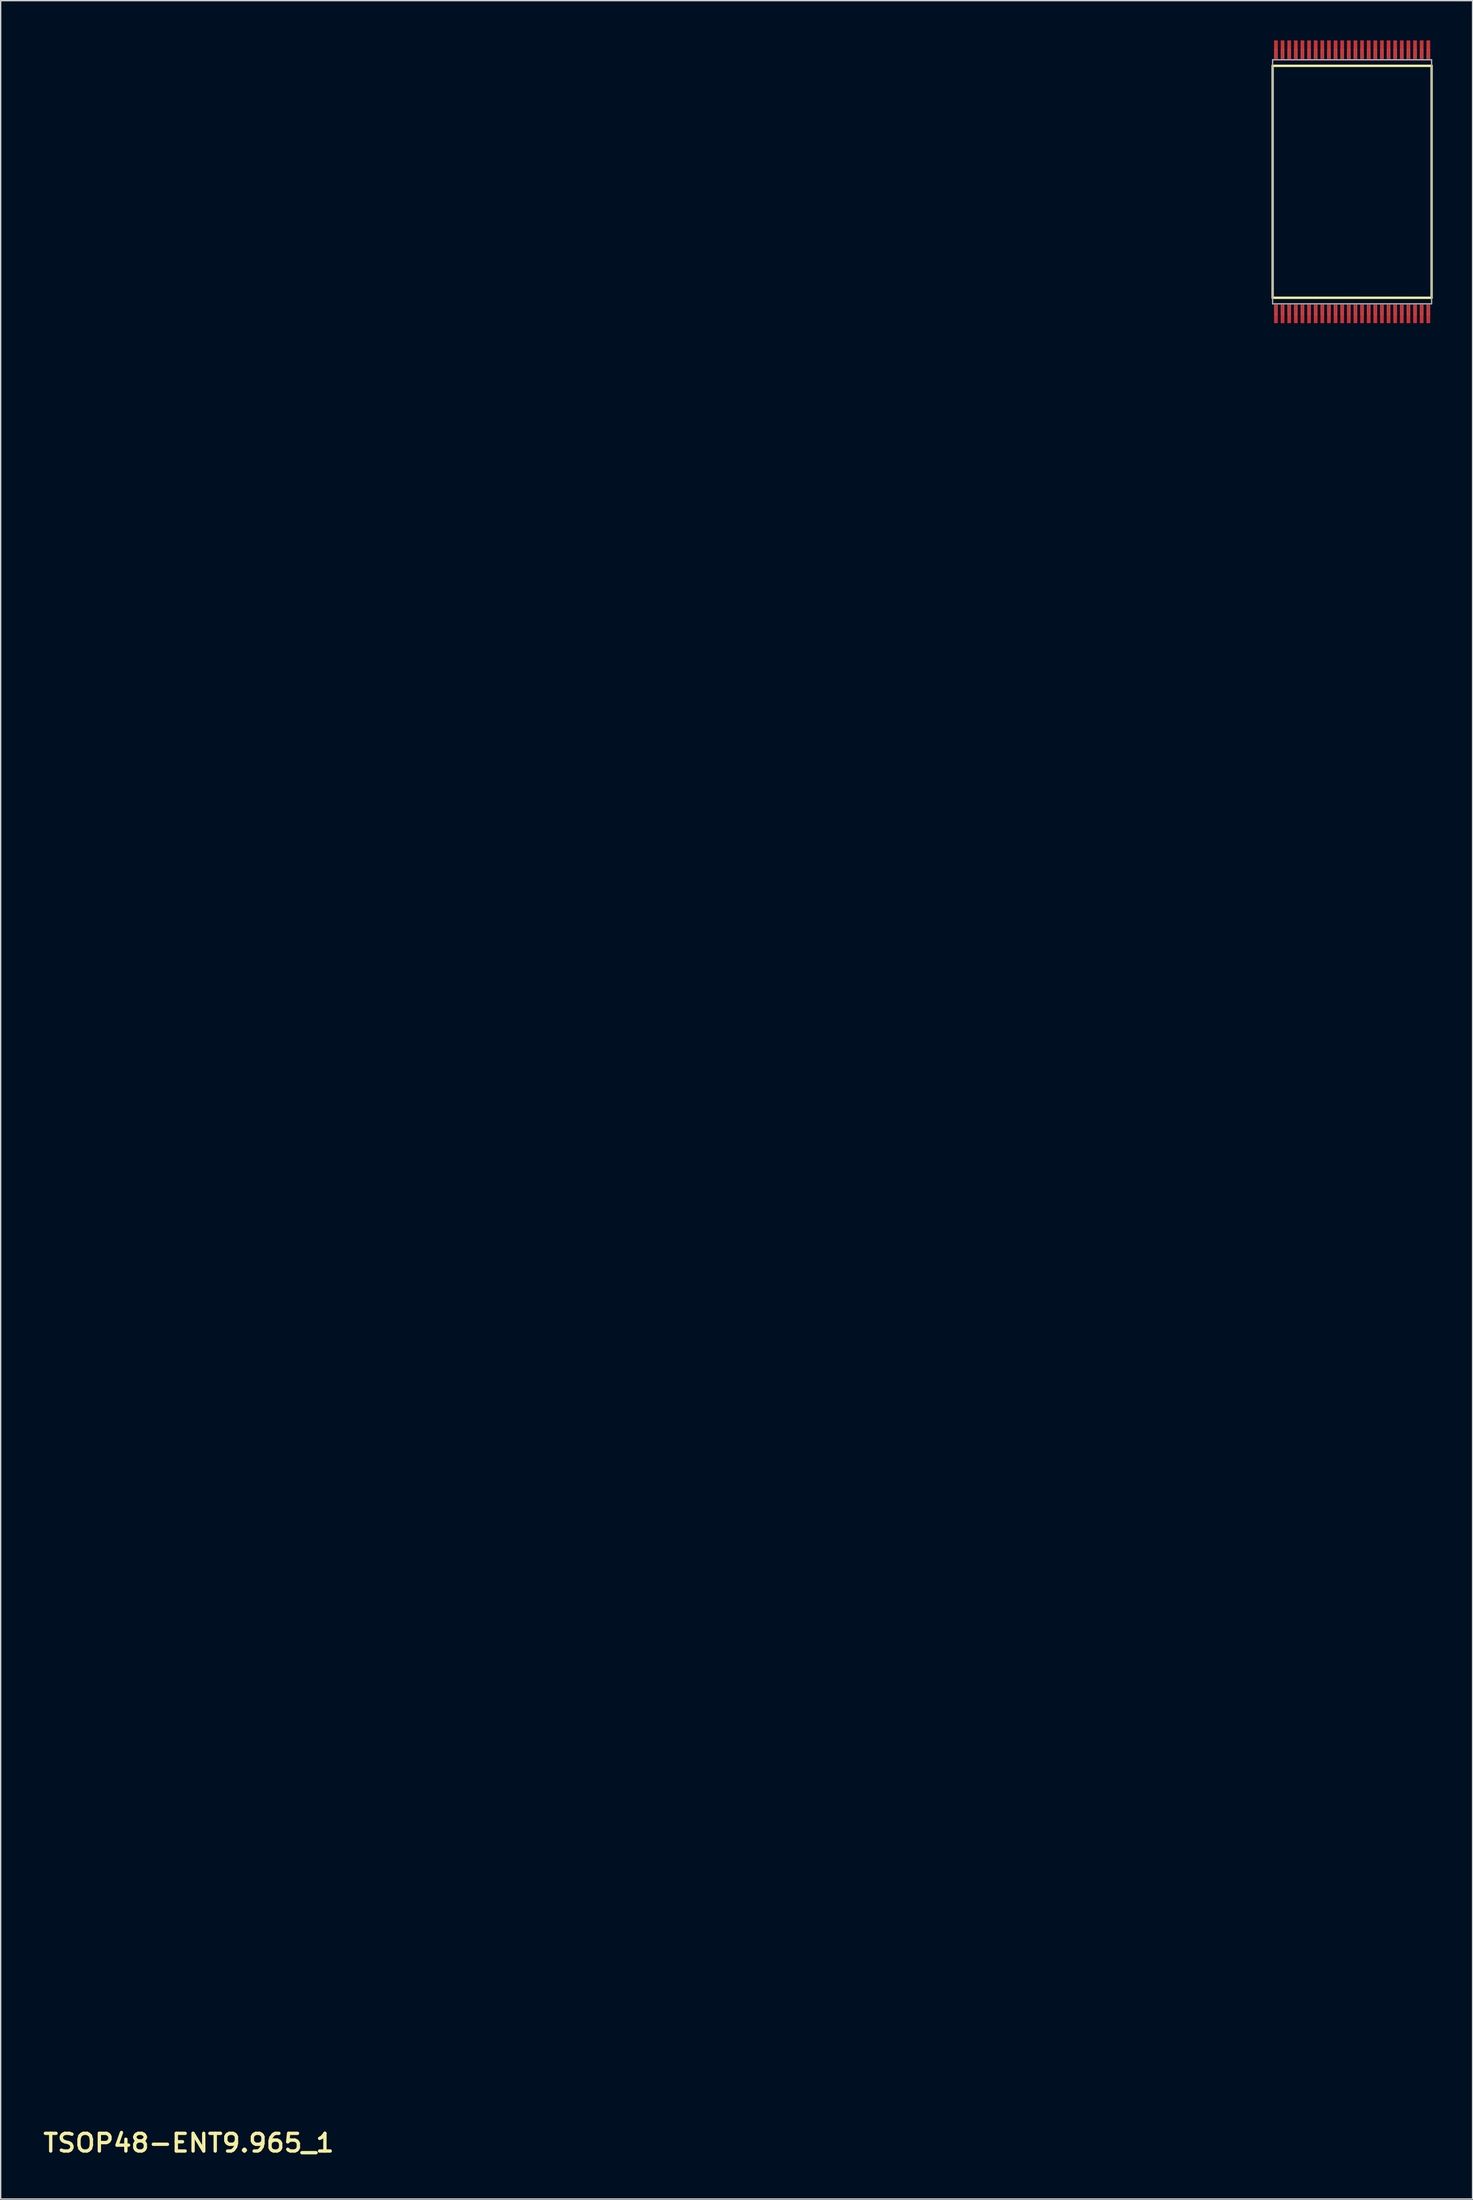
<source format=kicad_pcb>
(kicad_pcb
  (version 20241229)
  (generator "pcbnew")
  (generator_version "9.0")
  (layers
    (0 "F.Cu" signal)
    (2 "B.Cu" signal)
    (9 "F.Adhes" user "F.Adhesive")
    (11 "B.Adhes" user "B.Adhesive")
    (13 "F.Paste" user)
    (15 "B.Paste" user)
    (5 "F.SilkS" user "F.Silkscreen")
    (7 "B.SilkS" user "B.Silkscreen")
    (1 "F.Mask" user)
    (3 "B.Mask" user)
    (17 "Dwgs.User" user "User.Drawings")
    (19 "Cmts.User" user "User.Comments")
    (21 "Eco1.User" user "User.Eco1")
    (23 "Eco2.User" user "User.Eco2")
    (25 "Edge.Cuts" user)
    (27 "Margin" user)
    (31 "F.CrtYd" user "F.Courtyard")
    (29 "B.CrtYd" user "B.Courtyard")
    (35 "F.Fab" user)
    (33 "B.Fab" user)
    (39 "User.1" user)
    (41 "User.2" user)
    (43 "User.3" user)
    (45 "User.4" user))
  (footprint "TSOP48-ENT9.965_1"
    (layer "F.Cu")
    (at 99.002 10.665)
    (property "Reference" "TSOP48-ENT9.965_1" (at -87.811 147.957 0) (unlocked yes) (layer "F.SilkS") (effects (font (size 1.333 1.402) (thickness 0.254))))
    (attr smd)
    (fp_line (start -6 -8.75) (end 6 -8.75) (stroke (width 0.18) (type solid)) (layer "F.SilkS"))
    (fp_line (start -6 8.75) (end -6 -8.75) (stroke (width 0.18) (type solid)) (layer "F.SilkS"))
    (fp_line (start -6 8.75) (end 6 8.75) (stroke (width 0.18) (type solid)) (layer "F.SilkS"))
    (fp_line (start 6 8.75) (end 6 -8.75) (stroke (width 0.18) (type solid)) (layer "F.SilkS"))
    (fp_line (start -6 -9.207) (end 6 -9.207) (stroke (width 0.1) (type solid)) (layer "F.Fab"))
    (fp_line (start -6 9.207) (end -6 -9.207) (stroke (width 0.1) (type solid)) (layer "F.Fab"))
    (fp_line (start -6 9.207) (end 6 9.207) (stroke (width 0.1) (type solid)) (layer "F.Fab"))
    (fp_line (start -5.85 -10) (end -5.65 -10) (stroke (width 0.01) (type solid)) (layer "F.Fab"))
    (fp_line (start -5.85 -9.25) (end -5.85 -10) (stroke (width 0.01) (type solid)) (layer "F.Fab"))
    (fp_line (start -5.85 10) (end -5.85 9.25) (stroke (width 0.01) (type solid)) (layer "F.Fab"))
    (fp_line (start -5.85 10) (end -5.65 10) (stroke (width 0.01) (type solid)) (layer "F.Fab"))
    (fp_line (start -5.65 -9.25) (end -5.65 -10) (stroke (width 0.01) (type solid)) (layer "F.Fab"))
    (fp_line (start -5.65 10) (end -5.65 9.25) (stroke (width 0.01) (type solid)) (layer "F.Fab"))
    (fp_line (start -5.35 -10) (end -5.15 -10) (stroke (width 0.01) (type solid)) (layer "F.Fab"))
    (fp_line (start -5.35 -9.25) (end -5.35 -10) (stroke (width 0.01) (type solid)) (layer "F.Fab"))
    (fp_line (start -5.35 10) (end -5.35 9.25) (stroke (width 0.01) (type solid)) (layer "F.Fab"))
    (fp_line (start -5.35 10) (end -5.15 10) (stroke (width 0.01) (type solid)) (layer "F.Fab"))
    (fp_line (start -5.15 -9.25) (end -5.15 -10) (stroke (width 0.01) (type solid)) (layer "F.Fab"))
    (fp_line (start -5.15 10) (end -5.15 9.25) (stroke (width 0.01) (type solid)) (layer "F.Fab"))
    (fp_line (start -4.85 -10) (end -4.65 -10) (stroke (width 0.01) (type solid)) (layer "F.Fab"))
    (fp_line (start -4.85 -9.25) (end -4.85 -10) (stroke (width 0.01) (type solid)) (layer "F.Fab"))
    (fp_line (start -4.85 10) (end -4.85 9.25) (stroke (width 0.01) (type solid)) (layer "F.Fab"))
    (fp_line (start -4.85 10) (end -4.65 10) (stroke (width 0.01) (type solid)) (layer "F.Fab"))
    (fp_line (start -4.65 -9.25) (end -4.65 -10) (stroke (width 0.01) (type solid)) (layer "F.Fab"))
    (fp_line (start -4.65 10) (end -4.65 9.25) (stroke (width 0.01) (type solid)) (layer "F.Fab"))
    (fp_line (start -4.35 -10) (end -4.15 -10) (stroke (width 0.01) (type solid)) (layer "F.Fab"))
    (fp_line (start -4.35 -9.25) (end -4.35 -10) (stroke (width 0.01) (type solid)) (layer "F.Fab"))
    (fp_line (start -4.35 10) (end -4.35 9.25) (stroke (width 0.01) (type solid)) (layer "F.Fab"))
    (fp_line (start -4.35 10) (end -4.15 10) (stroke (width 0.01) (type solid)) (layer "F.Fab"))
    (fp_line (start -4.15 -9.25) (end -4.15 -10) (stroke (width 0.01) (type solid)) (layer "F.Fab"))
    (fp_line (start -4.15 10) (end -4.15 9.25) (stroke (width 0.01) (type solid)) (layer "F.Fab"))
    (fp_line (start -3.85 -10) (end -3.65 -10) (stroke (width 0.01) (type solid)) (layer "F.Fab"))
    (fp_line (start -3.85 -9.25) (end -3.85 -10) (stroke (width 0.01) (type solid)) (layer "F.Fab"))
    (fp_line (start -3.85 10) (end -3.85 9.25) (stroke (width 0.01) (type solid)) (layer "F.Fab"))
    (fp_line (start -3.85 10) (end -3.65 10) (stroke (width 0.01) (type solid)) (layer "F.Fab"))
    (fp_line (start -3.65 -9.25) (end -3.65 -10) (stroke (width 0.01) (type solid)) (layer "F.Fab"))
    (fp_line (start -3.65 10) (end -3.65 9.25) (stroke (width 0.01) (type solid)) (layer "F.Fab"))
    (fp_line (start -3.35 -10) (end -3.15 -10) (stroke (width 0.01) (type solid)) (layer "F.Fab"))
    (fp_line (start -3.35 -9.25) (end -3.35 -10) (stroke (width 0.01) (type solid)) (layer "F.Fab"))
    (fp_line (start -3.35 10) (end -3.35 9.25) (stroke (width 0.01) (type solid)) (layer "F.Fab"))
    (fp_line (start -3.35 10) (end -3.15 10) (stroke (width 0.01) (type solid)) (layer "F.Fab"))
    (fp_line (start -3.15 -9.25) (end -3.15 -10) (stroke (width 0.01) (type solid)) (layer "F.Fab"))
    (fp_line (start -3.15 10) (end -3.15 9.25) (stroke (width 0.01) (type solid)) (layer "F.Fab"))
    (fp_line (start -2.85 -10) (end -2.65 -10) (stroke (width 0.01) (type solid)) (layer "F.Fab"))
    (fp_line (start -2.85 -9.25) (end -2.85 -10) (stroke (width 0.01) (type solid)) (layer "F.Fab"))
    (fp_line (start -2.85 10) (end -2.85 9.25) (stroke (width 0.01) (type solid)) (layer "F.Fab"))
    (fp_line (start -2.85 10) (end -2.65 10) (stroke (width 0.01) (type solid)) (layer "F.Fab"))
    (fp_line (start -2.65 -9.25) (end -2.65 -10) (stroke (width 0.01) (type solid)) (layer "F.Fab"))
    (fp_line (start -2.65 10) (end -2.65 9.25) (stroke (width 0.01) (type solid)) (layer "F.Fab"))
    (fp_line (start -2.35 -10) (end -2.15 -10) (stroke (width 0.01) (type solid)) (layer "F.Fab"))
    (fp_line (start -2.35 -9.25) (end -2.35 -10) (stroke (width 0.01) (type solid)) (layer "F.Fab"))
    (fp_line (start -2.35 10) (end -2.35 9.25) (stroke (width 0.01) (type solid)) (layer "F.Fab"))
    (fp_line (start -2.35 10) (end -2.15 10) (stroke (width 0.01) (type solid)) (layer "F.Fab"))
    (fp_line (start -2.15 -9.25) (end -2.15 -10) (stroke (width 0.01) (type solid)) (layer "F.Fab"))
    (fp_line (start -2.15 10) (end -2.15 9.25) (stroke (width 0.01) (type solid)) (layer "F.Fab"))
    (fp_line (start -1.85 -10) (end -1.65 -10) (stroke (width 0.01) (type solid)) (layer "F.Fab"))
    (fp_line (start -1.85 -9.25) (end -1.85 -10) (stroke (width 0.01) (type solid)) (layer "F.Fab"))
    (fp_line (start -1.85 10) (end -1.85 9.25) (stroke (width 0.01) (type solid)) (layer "F.Fab"))
    (fp_line (start -1.85 10) (end -1.65 10) (stroke (width 0.01) (type solid)) (layer "F.Fab"))
    (fp_line (start -1.65 -9.25) (end -1.65 -10) (stroke (width 0.01) (type solid)) (layer "F.Fab"))
    (fp_line (start -1.65 10) (end -1.65 9.25) (stroke (width 0.01) (type solid)) (layer "F.Fab"))
    (fp_line (start -1.35 -10) (end -1.15 -10) (stroke (width 0.01) (type solid)) (layer "F.Fab"))
    (fp_line (start -1.35 -9.25) (end -1.35 -10) (stroke (width 0.01) (type solid)) (layer "F.Fab"))
    (fp_line (start -1.35 10) (end -1.35 9.25) (stroke (width 0.01) (type solid)) (layer "F.Fab"))
    (fp_line (start -1.35 10) (end -1.15 10) (stroke (width 0.01) (type solid)) (layer "F.Fab"))
    (fp_line (start -1.15 -9.25) (end -1.15 -10) (stroke (width 0.01) (type solid)) (layer "F.Fab"))
    (fp_line (start -1.15 10) (end -1.15 9.25) (stroke (width 0.01) (type solid)) (layer "F.Fab"))
    (fp_line (start -0.85 -10) (end -0.65 -10) (stroke (width 0.01) (type solid)) (layer "F.Fab"))
    (fp_line (start -0.85 -9.25) (end -0.85 -10) (stroke (width 0.01) (type solid)) (layer "F.Fab"))
    (fp_line (start -0.85 10) (end -0.85 9.25) (stroke (width 0.01) (type solid)) (layer "F.Fab"))
    (fp_line (start -0.85 10) (end -0.65 10) (stroke (width 0.01) (type solid)) (layer "F.Fab"))
    (fp_line (start -0.65 -9.25) (end -0.65 -10) (stroke (width 0.01) (type solid)) (layer "F.Fab"))
    (fp_line (start -0.65 10) (end -0.65 9.25) (stroke (width 0.01) (type solid)) (layer "F.Fab"))
    (fp_line (start -0.35 -10) (end -0.15 -10) (stroke (width 0.01) (type solid)) (layer "F.Fab"))
    (fp_line (start -0.35 -9.25) (end -0.35 -10) (stroke (width 0.01) (type solid)) (layer "F.Fab"))
    (fp_line (start -0.35 10) (end -0.35 9.25) (stroke (width 0.01) (type solid)) (layer "F.Fab"))
    (fp_line (start -0.35 10) (end -0.15 10) (stroke (width 0.01) (type solid)) (layer "F.Fab"))
    (fp_line (start -0.15 -9.25) (end -0.15 -10) (stroke (width 0.01) (type solid)) (layer "F.Fab"))
    (fp_line (start -0.15 10) (end -0.15 9.25) (stroke (width 0.01) (type solid)) (layer "F.Fab"))
    (fp_line (start 0.15 -10) (end 0.35 -10) (stroke (width 0.01) (type solid)) (layer "F.Fab"))
    (fp_line (start 0.15 -9.25) (end 0.15 -10) (stroke (width 0.01) (type solid)) (layer "F.Fab"))
    (fp_line (start 0.15 10) (end 0.15 9.25) (stroke (width 0.01) (type solid)) (layer "F.Fab"))
    (fp_line (start 0.15 10) (end 0.35 10) (stroke (width 0.01) (type solid)) (layer "F.Fab"))
    (fp_line (start 0.35 -9.25) (end 0.35 -10) (stroke (width 0.01) (type solid)) (layer "F.Fab"))
    (fp_line (start 0.35 10) (end 0.35 9.25) (stroke (width 0.01) (type solid)) (layer "F.Fab"))
    (fp_line (start 0.65 -10) (end 0.85 -10) (stroke (width 0.01) (type solid)) (layer "F.Fab"))
    (fp_line (start 0.65 -9.25) (end 0.65 -10) (stroke (width 0.01) (type solid)) (layer "F.Fab"))
    (fp_line (start 0.65 10) (end 0.65 9.25) (stroke (width 0.01) (type solid)) (layer "F.Fab"))
    (fp_line (start 0.65 10) (end 0.85 10) (stroke (width 0.01) (type solid)) (layer "F.Fab"))
    (fp_line (start 0.85 -9.25) (end 0.85 -10) (stroke (width 0.01) (type solid)) (layer "F.Fab"))
    (fp_line (start 0.85 10) (end 0.85 9.25) (stroke (width 0.01) (type solid)) (layer "F.Fab"))
    (fp_line (start 1.15 -10) (end 1.35 -10) (stroke (width 0.01) (type solid)) (layer "F.Fab"))
    (fp_line (start 1.15 -9.25) (end 1.15 -10) (stroke (width 0.01) (type solid)) (layer "F.Fab"))
    (fp_line (start 1.15 10) (end 1.15 9.25) (stroke (width 0.01) (type solid)) (layer "F.Fab"))
    (fp_line (start 1.15 10) (end 1.35 10) (stroke (width 0.01) (type solid)) (layer "F.Fab"))
    (fp_line (start 1.35 -9.25) (end 1.35 -10) (stroke (width 0.01) (type solid)) (layer "F.Fab"))
    (fp_line (start 1.35 10) (end 1.35 9.25) (stroke (width 0.01) (type solid)) (layer "F.Fab"))
    (fp_line (start 1.65 -10) (end 1.85 -10) (stroke (width 0.01) (type solid)) (layer "F.Fab"))
    (fp_line (start 1.65 -9.25) (end 1.65 -10) (stroke (width 0.01) (type solid)) (layer "F.Fab"))
    (fp_line (start 1.65 10) (end 1.65 9.25) (stroke (width 0.01) (type solid)) (layer "F.Fab"))
    (fp_line (start 1.65 10) (end 1.85 10) (stroke (width 0.01) (type solid)) (layer "F.Fab"))
    (fp_line (start 1.85 -9.25) (end 1.85 -10) (stroke (width 0.01) (type solid)) (layer "F.Fab"))
    (fp_line (start 1.85 10) (end 1.85 9.25) (stroke (width 0.01) (type solid)) (layer "F.Fab"))
    (fp_line (start 2.15 -10) (end 2.35 -10) (stroke (width 0.01) (type solid)) (layer "F.Fab"))
    (fp_line (start 2.15 -9.25) (end 2.15 -10) (stroke (width 0.01) (type solid)) (layer "F.Fab"))
    (fp_line (start 2.15 10) (end 2.15 9.25) (stroke (width 0.01) (type solid)) (layer "F.Fab"))
    (fp_line (start 2.15 10) (end 2.35 10) (stroke (width 0.01) (type solid)) (layer "F.Fab"))
    (fp_line (start 2.35 -9.25) (end 2.35 -10) (stroke (width 0.01) (type solid)) (layer "F.Fab"))
    (fp_line (start 2.35 10) (end 2.35 9.25) (stroke (width 0.01) (type solid)) (layer "F.Fab"))
    (fp_line (start 2.65 -10) (end 2.85 -10) (stroke (width 0.01) (type solid)) (layer "F.Fab"))
    (fp_line (start 2.65 -9.25) (end 2.65 -10) (stroke (width 0.01) (type solid)) (layer "F.Fab"))
    (fp_line (start 2.65 10) (end 2.65 9.25) (stroke (width 0.01) (type solid)) (layer "F.Fab"))
    (fp_line (start 2.65 10) (end 2.85 10) (stroke (width 0.01) (type solid)) (layer "F.Fab"))
    (fp_line (start 2.85 -9.25) (end 2.85 -10) (stroke (width 0.01) (type solid)) (layer "F.Fab"))
    (fp_line (start 2.85 10) (end 2.85 9.25) (stroke (width 0.01) (type solid)) (layer "F.Fab"))
    (fp_line (start 3.15 -10) (end 3.35 -10) (stroke (width 0.01) (type solid)) (layer "F.Fab"))
    (fp_line (start 3.15 -9.25) (end 3.15 -10) (stroke (width 0.01) (type solid)) (layer "F.Fab"))
    (fp_line (start 3.15 10) (end 3.15 9.25) (stroke (width 0.01) (type solid)) (layer "F.Fab"))
    (fp_line (start 3.15 10) (end 3.35 10) (stroke (width 0.01) (type solid)) (layer "F.Fab"))
    (fp_line (start 3.35 -9.25) (end 3.35 -10) (stroke (width 0.01) (type solid)) (layer "F.Fab"))
    (fp_line (start 3.35 10) (end 3.35 9.25) (stroke (width 0.01) (type solid)) (layer "F.Fab"))
    (fp_line (start 3.65 -10) (end 3.85 -10) (stroke (width 0.01) (type solid)) (layer "F.Fab"))
    (fp_line (start 3.65 -9.25) (end 3.65 -10) (stroke (width 0.01) (type solid)) (layer "F.Fab"))
    (fp_line (start 3.65 10) (end 3.65 9.25) (stroke (width 0.01) (type solid)) (layer "F.Fab"))
    (fp_line (start 3.65 10) (end 3.85 10) (stroke (width 0.01) (type solid)) (layer "F.Fab"))
    (fp_line (start 3.85 -9.25) (end 3.85 -10) (stroke (width 0.01) (type solid)) (layer "F.Fab"))
    (fp_line (start 3.85 10) (end 3.85 9.25) (stroke (width 0.01) (type solid)) (layer "F.Fab"))
    (fp_line (start 4.15 -10) (end 4.35 -10) (stroke (width 0.01) (type solid)) (layer "F.Fab"))
    (fp_line (start 4.15 -9.25) (end 4.15 -10) (stroke (width 0.01) (type solid)) (layer "F.Fab"))
    (fp_line (start 4.15 10) (end 4.15 9.25) (stroke (width 0.01) (type solid)) (layer "F.Fab"))
    (fp_line (start 4.15 10) (end 4.35 10) (stroke (width 0.01) (type solid)) (layer "F.Fab"))
    (fp_line (start 4.35 -9.25) (end 4.35 -10) (stroke (width 0.01) (type solid)) (layer "F.Fab"))
    (fp_line (start 4.35 10) (end 4.35 9.25) (stroke (width 0.01) (type solid)) (layer "F.Fab"))
    (fp_line (start 4.65 -10) (end 4.85 -10) (stroke (width 0.01) (type solid)) (layer "F.Fab"))
    (fp_line (start 4.65 -9.25) (end 4.65 -10) (stroke (width 0.01) (type solid)) (layer "F.Fab"))
    (fp_line (start 4.65 10) (end 4.65 9.25) (stroke (width 0.01) (type solid)) (layer "F.Fab"))
    (fp_line (start 4.65 10) (end 4.85 10) (stroke (width 0.01) (type solid)) (layer "F.Fab"))
    (fp_line (start 4.85 -9.25) (end 4.85 -10) (stroke (width 0.01) (type solid)) (layer "F.Fab"))
    (fp_line (start 4.85 10) (end 4.85 9.25) (stroke (width 0.01) (type solid)) (layer "F.Fab"))
    (fp_line (start 5.15 -10) (end 5.35 -10) (stroke (width 0.01) (type solid)) (layer "F.Fab"))
    (fp_line (start 5.15 -9.25) (end 5.15 -10) (stroke (width 0.01) (type solid)) (layer "F.Fab"))
    (fp_line (start 5.15 10) (end 5.15 9.25) (stroke (width 0.01) (type solid)) (layer "F.Fab"))
    (fp_line (start 5.15 10) (end 5.35 10) (stroke (width 0.01) (type solid)) (layer "F.Fab"))
    (fp_line (start 5.35 -9.25) (end 5.35 -10) (stroke (width 0.01) (type solid)) (layer "F.Fab"))
    (fp_line (start 5.35 10) (end 5.35 9.25) (stroke (width 0.01) (type solid)) (layer "F.Fab"))
    (fp_line (start 5.65 -10) (end 5.85 -10) (stroke (width 0.01) (type solid)) (layer "F.Fab"))
    (fp_line (start 5.65 -9.25) (end 5.65 -10) (stroke (width 0.01) (type solid)) (layer "F.Fab"))
    (fp_line (start 5.65 10) (end 5.65 9.25) (stroke (width 0.01) (type solid)) (layer "F.Fab"))
    (fp_line (start 5.65 10) (end 5.85 10) (stroke (width 0.01) (type solid)) (layer "F.Fab"))
    (fp_line (start 5.85 -9.25) (end 5.85 -10) (stroke (width 0.01) (type solid)) (layer "F.Fab"))
    (fp_line (start 5.85 10) (end 5.85 9.25) (stroke (width 0.01) (type solid)) (layer "F.Fab"))
    (fp_line (start 6 9.207) (end 6 -9.207) (stroke (width 0.1) (type solid)) (layer "F.Fab"))
    (fp_circle (center -5 7.952) (end -4.6 7.952) (stroke (width 0.00003) (type solid)) (fill no) (layer "F.Fab"))
    (pad "1" smd rect (at -5.75 9.965) (size 0.28 1.4) (layers "F.Cu" "F.Mask" "F.Paste"))
    (pad "2" smd rect (at -5.25 9.965) (size 0.28 1.4) (layers "F.Cu" "F.Mask" "F.Paste"))
    (pad "3" smd rect (at -4.75 9.965) (size 0.28 1.4) (layers "F.Cu" "F.Mask" "F.Paste"))
    (pad "4" smd rect (at -4.25 9.965) (size 0.28 1.4) (layers "F.Cu" "F.Mask" "F.Paste"))
    (pad "5" smd rect (at -3.75 9.965) (size 0.28 1.4) (layers "F.Cu" "F.Mask" "F.Paste"))
    (pad "6" smd rect (at -3.25 9.965) (size 0.28 1.4) (layers "F.Cu" "F.Mask" "F.Paste"))
    (pad "7" smd rect (at -2.75 9.965) (size 0.28 1.4) (layers "F.Cu" "F.Mask" "F.Paste"))
    (pad "8" smd rect (at -2.25 9.965) (size 0.28 1.4) (layers "F.Cu" "F.Mask" "F.Paste"))
    (pad "9" smd rect (at -1.75 9.965) (size 0.28 1.4) (layers "F.Cu" "F.Mask" "F.Paste"))
    (pad "10" smd rect (at -1.25 9.965) (size 0.28 1.4) (layers "F.Cu" "F.Mask" "F.Paste"))
    (pad "11" smd rect (at -0.75 9.965) (size 0.28 1.4) (layers "F.Cu" "F.Mask" "F.Paste"))
    (pad "12" smd rect (at -0.25 9.965) (size 0.28 1.4) (layers "F.Cu" "F.Mask" "F.Paste"))
    (pad "13" smd rect (at 0.25 9.965) (size 0.28 1.4) (layers "F.Cu" "F.Mask" "F.Paste"))
    (pad "14" smd rect (at 0.75 9.965) (size 0.28 1.4) (layers "F.Cu" "F.Mask" "F.Paste"))
    (pad "15" smd rect (at 1.25 9.965) (size 0.28 1.4) (layers "F.Cu" "F.Mask" "F.Paste"))
    (pad "16" smd rect (at 1.75 9.965) (size 0.28 1.4) (layers "F.Cu" "F.Mask" "F.Paste"))
    (pad "17" smd rect (at 2.25 9.965) (size 0.28 1.4) (layers "F.Cu" "F.Mask" "F.Paste"))
    (pad "18" smd rect (at 2.75 9.965) (size 0.28 1.4) (layers "F.Cu" "F.Mask" "F.Paste"))
    (pad "19" smd rect (at 3.25 9.965) (size 0.28 1.4) (layers "F.Cu" "F.Mask" "F.Paste"))
    (pad "20" smd rect (at 3.75 9.965) (size 0.28 1.4) (layers "F.Cu" "F.Mask" "F.Paste"))
    (pad "21" smd rect (at 4.25 9.965) (size 0.28 1.4) (layers "F.Cu" "F.Mask" "F.Paste"))
    (pad "22" smd rect (at 4.75 9.965) (size 0.28 1.4) (layers "F.Cu" "F.Mask" "F.Paste"))
    (pad "23" smd rect (at 5.25 9.965) (size 0.28 1.4) (layers "F.Cu" "F.Mask" "F.Paste"))
    (pad "24" smd rect (at 5.75 9.965) (size 0.28 1.4) (layers "F.Cu" "F.Mask" "F.Paste"))
    (pad "25" smd rect (at 5.75 -9.965) (size 0.28 1.4) (layers "F.Cu" "F.Mask" "F.Paste"))
    (pad "26" smd rect (at 5.25 -9.965) (size 0.28 1.4) (layers "F.Cu" "F.Mask" "F.Paste"))
    (pad "27" smd rect (at 4.75 -9.965) (size 0.28 1.4) (layers "F.Cu" "F.Mask" "F.Paste"))
    (pad "28" smd rect (at 4.25 -9.965) (size 0.28 1.4) (layers "F.Cu" "F.Mask" "F.Paste"))
    (pad "29" smd rect (at 3.75 -9.965) (size 0.28 1.4) (layers "F.Cu" "F.Mask" "F.Paste"))
    (pad "30" smd rect (at 3.25 -9.965) (size 0.28 1.4) (layers "F.Cu" "F.Mask" "F.Paste"))
    (pad "31" smd rect (at 2.75 -9.965) (size 0.28 1.4) (layers "F.Cu" "F.Mask" "F.Paste"))
    (pad "32" smd rect (at 2.25 -9.965) (size 0.28 1.4) (layers "F.Cu" "F.Mask" "F.Paste"))
    (pad "33" smd rect (at 1.75 -9.965) (size 0.28 1.4) (layers "F.Cu" "F.Mask" "F.Paste"))
    (pad "34" smd rect (at 1.25 -9.965) (size 0.28 1.4) (layers "F.Cu" "F.Mask" "F.Paste"))
    (pad "35" smd rect (at 0.75 -9.965) (size 0.28 1.4) (layers "F.Cu" "F.Mask" "F.Paste"))
    (pad "36" smd rect (at 0.25 -9.965) (size 0.28 1.4) (layers "F.Cu" "F.Mask" "F.Paste"))
    (pad "37" smd rect (at -0.25 -9.965) (size 0.28 1.4) (layers "F.Cu" "F.Mask" "F.Paste"))
    (pad "38" smd rect (at -0.75 -9.965) (size 0.28 1.4) (layers "F.Cu" "F.Mask" "F.Paste"))
    (pad "39" smd rect (at -1.25 -9.965) (size 0.28 1.4) (layers "F.Cu" "F.Mask" "F.Paste"))
    (pad "40" smd rect (at -1.75 -9.965) (size 0.28 1.4) (layers "F.Cu" "F.Mask" "F.Paste"))
    (pad "41" smd rect (at -2.25 -9.965) (size 0.28 1.4) (layers "F.Cu" "F.Mask" "F.Paste"))
    (pad "42" smd rect (at -2.75 -9.965) (size 0.28 1.4) (layers "F.Cu" "F.Mask" "F.Paste"))
    (pad "43" smd rect (at -3.25 -9.965) (size 0.28 1.4) (layers "F.Cu" "F.Mask" "F.Paste"))
    (pad "44" smd rect (at -3.75 -9.965) (size 0.28 1.4) (layers "F.Cu" "F.Mask" "F.Paste"))
    (pad "45" smd rect (at -4.25 -9.965) (size 0.28 1.4) (layers "F.Cu" "F.Mask" "F.Paste"))
    (pad "46" smd rect (at -4.75 -9.965) (size 0.28 1.4) (layers "F.Cu" "F.Mask" "F.Paste"))
    (pad "47" smd rect (at -5.25 -9.965) (size 0.28 1.4) (layers "F.Cu" "F.Mask" "F.Paste"))
    (pad "48" smd rect (at -5.75 -9.965) (size 0.28 1.4) (layers "F.Cu" "F.Mask" "F.Paste")))
  (gr_rect
    (start -3 -3)
    (end 108.092 162.848)
    (stroke (width 0.1) (type default))
    (fill no)
    (layer "Edge.Cuts")))
</source>
